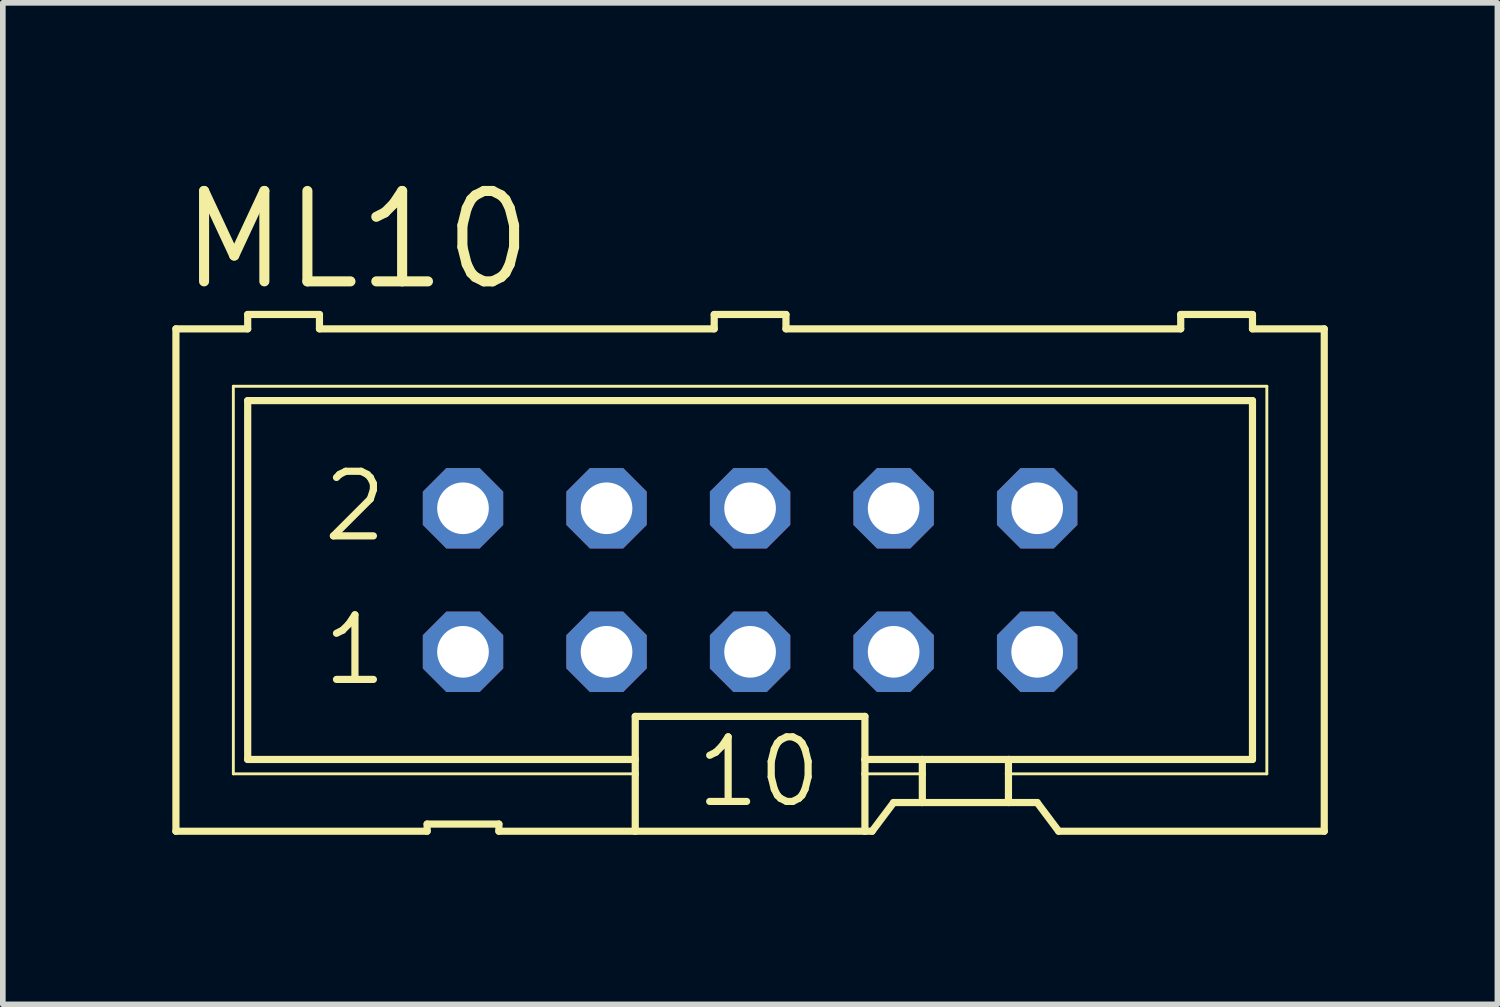
<source format=kicad_pcb>
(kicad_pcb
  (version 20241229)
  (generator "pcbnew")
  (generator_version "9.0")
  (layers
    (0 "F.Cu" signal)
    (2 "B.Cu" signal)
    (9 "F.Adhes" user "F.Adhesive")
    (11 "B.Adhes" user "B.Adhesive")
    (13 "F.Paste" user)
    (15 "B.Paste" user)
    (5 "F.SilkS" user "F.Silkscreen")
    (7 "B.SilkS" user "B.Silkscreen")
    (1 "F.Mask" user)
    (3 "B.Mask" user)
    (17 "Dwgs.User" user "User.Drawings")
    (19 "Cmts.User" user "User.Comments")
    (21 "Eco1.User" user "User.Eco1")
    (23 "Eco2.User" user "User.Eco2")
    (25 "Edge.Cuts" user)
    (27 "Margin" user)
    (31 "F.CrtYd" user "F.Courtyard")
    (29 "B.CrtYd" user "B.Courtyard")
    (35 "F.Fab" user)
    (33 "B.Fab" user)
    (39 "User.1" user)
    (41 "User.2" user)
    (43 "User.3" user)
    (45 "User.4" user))
  (footprint "ML10"
    (layer "F.Cu")
    (at 10.223 7.214)
    (property "Reference" "ML10" (at -10.16 -5.08 0) (layer "F.SilkS") (effects (font (size 1.6 1.6) (thickness 0.178)) (justify left bottom)))
    (fp_line (start -10.16 -4.445) (end -10.16 4.445) (stroke (width 0.127) (type solid)) (layer "F.SilkS"))
    (fp_line (start -10.16 -4.445) (end -8.89 -4.445) (stroke (width 0.127) (type solid)) (layer "F.SilkS"))
    (fp_line (start -9.144 -3.429) (end -9.144 3.429) (stroke (width 0.051) (type solid)) (layer "F.SilkS"))
    (fp_line (start -9.144 3.429) (end -2.032 3.429) (stroke (width 0.051) (type solid)) (layer "F.SilkS"))
    (fp_line (start -8.89 -4.699) (end -8.89 -4.445) (stroke (width 0.127) (type solid)) (layer "F.SilkS"))
    (fp_line (start -8.89 -3.175) (end -8.89 3.175) (stroke (width 0.127) (type solid)) (layer "F.SilkS"))
    (fp_line (start -8.89 -3.175) (end 8.89 -3.175) (stroke (width 0.127) (type solid)) (layer "F.SilkS"))
    (fp_line (start -7.62 -4.699) (end -8.89 -4.699) (stroke (width 0.127) (type solid)) (layer "F.SilkS"))
    (fp_line (start -7.62 -4.699) (end -7.62 -4.445) (stroke (width 0.127) (type solid)) (layer "F.SilkS"))
    (fp_line (start -7.62 -4.445) (end -0.635 -4.445) (stroke (width 0.127) (type solid)) (layer "F.SilkS"))
    (fp_line (start -5.715 4.445) (end -10.16 4.445) (stroke (width 0.127) (type solid)) (layer "F.SilkS"))
    (fp_line (start -5.715 4.445) (end -5.715 4.318) (stroke (width 0.127) (type solid)) (layer "F.SilkS"))
    (fp_line (start -4.445 4.318) (end -5.715 4.318) (stroke (width 0.127) (type solid)) (layer "F.SilkS"))
    (fp_line (start -4.445 4.318) (end -4.445 4.445) (stroke (width 0.127) (type solid)) (layer "F.SilkS"))
    (fp_line (start -2.032 3.175) (end -8.89 3.175) (stroke (width 0.127) (type solid)) (layer "F.SilkS"))
    (fp_line (start -2.032 3.175) (end -2.032 2.413) (stroke (width 0.127) (type solid)) (layer "F.SilkS"))
    (fp_line (start -2.032 3.175) (end -2.032 3.429) (stroke (width 0.127) (type solid)) (layer "F.SilkS"))
    (fp_line (start -2.032 3.429) (end -2.032 4.445) (stroke (width 0.127) (type solid)) (layer "F.SilkS"))
    (fp_line (start -2.032 4.445) (end -4.445 4.445) (stroke (width 0.127) (type solid)) (layer "F.SilkS"))
    (fp_line (start -0.635 -4.699) (end -0.635 -4.445) (stroke (width 0.127) (type solid)) (layer "F.SilkS"))
    (fp_line (start 0.635 -4.699) (end -0.635 -4.699) (stroke (width 0.127) (type solid)) (layer "F.SilkS"))
    (fp_line (start 0.635 -4.699) (end 0.635 -4.445) (stroke (width 0.127) (type solid)) (layer "F.SilkS"))
    (fp_line (start 0.635 -4.445) (end 7.62 -4.445) (stroke (width 0.127) (type solid)) (layer "F.SilkS"))
    (fp_line (start 2.032 2.413) (end -2.032 2.413) (stroke (width 0.127) (type solid)) (layer "F.SilkS"))
    (fp_line (start 2.032 2.413) (end 2.032 3.175) (stroke (width 0.127) (type solid)) (layer "F.SilkS"))
    (fp_line (start 2.032 3.175) (end 2.032 3.429) (stroke (width 0.127) (type solid)) (layer "F.SilkS"))
    (fp_line (start 2.032 3.429) (end 2.032 4.445) (stroke (width 0.127) (type solid)) (layer "F.SilkS"))
    (fp_line (start 2.032 4.445) (end -2.032 4.445) (stroke (width 0.127) (type solid)) (layer "F.SilkS"))
    (fp_line (start 2.159 4.445) (end 2.032 4.445) (stroke (width 0.127) (type solid)) (layer "F.SilkS"))
    (fp_line (start 2.159 4.445) (end 2.54 3.937) (stroke (width 0.127) (type solid)) (layer "F.SilkS"))
    (fp_line (start 3.048 3.175) (end 2.032 3.175) (stroke (width 0.127) (type solid)) (layer "F.SilkS"))
    (fp_line (start 3.048 3.175) (end 3.048 3.429) (stroke (width 0.127) (type solid)) (layer "F.SilkS"))
    (fp_line (start 3.048 3.429) (end 2.032 3.429) (stroke (width 0.051) (type solid)) (layer "F.SilkS"))
    (fp_line (start 3.048 3.429) (end 3.048 3.937) (stroke (width 0.127) (type solid)) (layer "F.SilkS"))
    (fp_line (start 3.048 3.937) (end 2.54 3.937) (stroke (width 0.127) (type solid)) (layer "F.SilkS"))
    (fp_line (start 4.572 3.175) (end 3.048 3.175) (stroke (width 0.127) (type solid)) (layer "F.SilkS"))
    (fp_line (start 4.572 3.175) (end 4.572 3.429) (stroke (width 0.127) (type solid)) (layer "F.SilkS"))
    (fp_line (start 4.572 3.429) (end 4.572 3.937) (stroke (width 0.127) (type solid)) (layer "F.SilkS"))
    (fp_line (start 4.572 3.429) (end 9.144 3.429) (stroke (width 0.051) (type solid)) (layer "F.SilkS"))
    (fp_line (start 4.572 3.937) (end 3.048 3.937) (stroke (width 0.127) (type solid)) (layer "F.SilkS"))
    (fp_line (start 5.08 3.937) (end 4.572 3.937) (stroke (width 0.127) (type solid)) (layer "F.SilkS"))
    (fp_line (start 5.08 3.937) (end 5.461 4.445) (stroke (width 0.127) (type solid)) (layer "F.SilkS"))
    (fp_line (start 7.62 -4.445) (end 7.62 -4.699) (stroke (width 0.127) (type solid)) (layer "F.SilkS"))
    (fp_line (start 8.89 -4.699) (end 7.62 -4.699) (stroke (width 0.127) (type solid)) (layer "F.SilkS"))
    (fp_line (start 8.89 -4.445) (end 8.89 -4.699) (stroke (width 0.127) (type solid)) (layer "F.SilkS"))
    (fp_line (start 8.89 -4.445) (end 10.16 -4.445) (stroke (width 0.127) (type solid)) (layer "F.SilkS"))
    (fp_line (start 8.89 3.175) (end 4.572 3.175) (stroke (width 0.127) (type solid)) (layer "F.SilkS"))
    (fp_line (start 8.89 3.175) (end 8.89 -3.175) (stroke (width 0.127) (type solid)) (layer "F.SilkS"))
    (fp_line (start 9.144 -3.429) (end -9.144 -3.429) (stroke (width 0.051) (type solid)) (layer "F.SilkS"))
    (fp_line (start 9.144 3.429) (end 9.144 -3.429) (stroke (width 0.051) (type solid)) (layer "F.SilkS"))
    (fp_line (start 10.16 4.445) (end 5.461 4.445) (stroke (width 0.127) (type solid)) (layer "F.SilkS"))
    (fp_line (start 10.16 4.445) (end 10.16 -4.445) (stroke (width 0.127) (type solid)) (layer "F.SilkS"))
    (fp_poly (pts (xy -5.334 -1.016) (xy -4.826 -1.016) (xy -4.826 -1.524) (xy -5.334 -1.524)) (stroke (width 0.1) (type default)) (fill no) (layer "F.Fab"))
    (fp_poly (pts (xy -5.334 1.524) (xy -4.826 1.524) (xy -4.826 1.016) (xy -5.334 1.016)) (stroke (width 0.1) (type default)) (fill no) (layer "F.Fab"))
    (fp_poly (pts (xy -2.794 -1.016) (xy -2.286 -1.016) (xy -2.286 -1.524) (xy -2.794 -1.524)) (stroke (width 0.1) (type default)) (fill no) (layer "F.Fab"))
    (fp_poly (pts (xy -2.794 1.524) (xy -2.286 1.524) (xy -2.286 1.016) (xy -2.794 1.016)) (stroke (width 0.1) (type default)) (fill no) (layer "F.Fab"))
    (fp_poly (pts (xy -0.254 -1.016) (xy 0.254 -1.016) (xy 0.254 -1.524) (xy -0.254 -1.524)) (stroke (width 0.1) (type default)) (fill no) (layer "F.Fab"))
    (fp_poly (pts (xy -0.254 1.524) (xy 0.254 1.524) (xy 0.254 1.016) (xy -0.254 1.016)) (stroke (width 0.1) (type default)) (fill no) (layer "F.Fab"))
    (fp_poly (pts (xy 2.286 -1.016) (xy 2.794 -1.016) (xy 2.794 -1.524) (xy 2.286 -1.524)) (stroke (width 0.1) (type default)) (fill no) (layer "F.Fab"))
    (fp_poly (pts (xy 2.286 1.524) (xy 2.794 1.524) (xy 2.794 1.016) (xy 2.286 1.016)) (stroke (width 0.1) (type default)) (fill no) (layer "F.Fab"))
    (fp_poly (pts (xy 4.826 -1.016) (xy 5.334 -1.016) (xy 5.334 -1.524) (xy 4.826 -1.524)) (stroke (width 0.1) (type default)) (fill no) (layer "F.Fab"))
    (fp_poly (pts (xy 4.826 1.524) (xy 5.334 1.524) (xy 5.334 1.016) (xy 4.826 1.016)) (stroke (width 0.1) (type default)) (fill no) (layer "F.Fab"))
    (fp_text user "2" (at -7.62 -0.635 0) (layer "F.SilkS") (effects (font (size 1.143 1.143) (thickness 0.127)) (justify left bottom)))
    (fp_text user "1" (at -7.62 1.905 0) (layer "F.SilkS") (effects (font (size 1.143 1.143) (thickness 0.127)) (justify left bottom)))
    (fp_text user "10" (at -1.016 4.064 0) (layer "F.SilkS") (effects (font (size 1.143 1.143) (thickness 0.127)) (justify left bottom)))
    (pad "1" thru_hole roundrect (at -5.08 1.27) (size 1.422 1.422) (drill 0.914) (layers "*.Cu" "*.Mask") (roundrect_rratio 0.25) (chamfer_ratio 0.293) (chamfer top_left top_right bottom_left bottom_right))
    (pad "2" thru_hole roundrect (at -5.08 -1.27) (size 1.422 1.422) (drill 0.914) (layers "*.Cu" "*.Mask") (roundrect_rratio 0.25) (chamfer_ratio 0.293) (chamfer top_left top_right bottom_left bottom_right))
    (pad "3" thru_hole roundrect (at -2.54 1.27) (size 1.422 1.422) (drill 0.914) (layers "*.Cu" "*.Mask") (roundrect_rratio 0.25) (chamfer_ratio 0.293) (chamfer top_left top_right bottom_left bottom_right))
    (pad "4" thru_hole roundrect (at -2.54 -1.27) (size 1.422 1.422) (drill 0.914) (layers "*.Cu" "*.Mask") (roundrect_rratio 0.25) (chamfer_ratio 0.293) (chamfer top_left top_right bottom_left bottom_right))
    (pad "5" thru_hole roundrect (at 0 1.27) (size 1.422 1.422) (drill 0.914) (layers "*.Cu" "*.Mask") (roundrect_rratio 0.25) (chamfer_ratio 0.293) (chamfer top_left top_right bottom_left bottom_right))
    (pad "6" thru_hole roundrect (at 0 -1.27) (size 1.422 1.422) (drill 0.914) (layers "*.Cu" "*.Mask") (roundrect_rratio 0.25) (chamfer_ratio 0.293) (chamfer top_left top_right bottom_left bottom_right))
    (pad "7" thru_hole roundrect (at 2.54 1.27) (size 1.422 1.422) (drill 0.914) (layers "*.Cu" "*.Mask") (roundrect_rratio 0.25) (chamfer_ratio 0.293) (chamfer top_left top_right bottom_left bottom_right))
    (pad "8" thru_hole roundrect (at 2.54 -1.27) (size 1.422 1.422) (drill 0.914) (layers "*.Cu" "*.Mask") (roundrect_rratio 0.25) (chamfer_ratio 0.293) (chamfer top_left top_right bottom_left bottom_right))
    (pad "9" thru_hole roundrect (at 5.08 1.27) (size 1.422 1.422) (drill 0.914) (layers "*.Cu" "*.Mask") (roundrect_rratio 0.25) (chamfer_ratio 0.293) (chamfer top_left top_right bottom_left bottom_right))
    (pad "10" thru_hole roundrect (at 5.08 -1.27) (size 1.422 1.422) (drill 0.914) (layers "*.Cu" "*.Mask") (roundrect_rratio 0.25) (chamfer_ratio 0.293) (chamfer top_left top_right bottom_left bottom_right)))
  (gr_rect
    (start -3 -3)
    (end 23.447 14.722)
    (stroke (width 0.1) (type default))
    (fill no)
    (layer "Edge.Cuts")))
</source>
